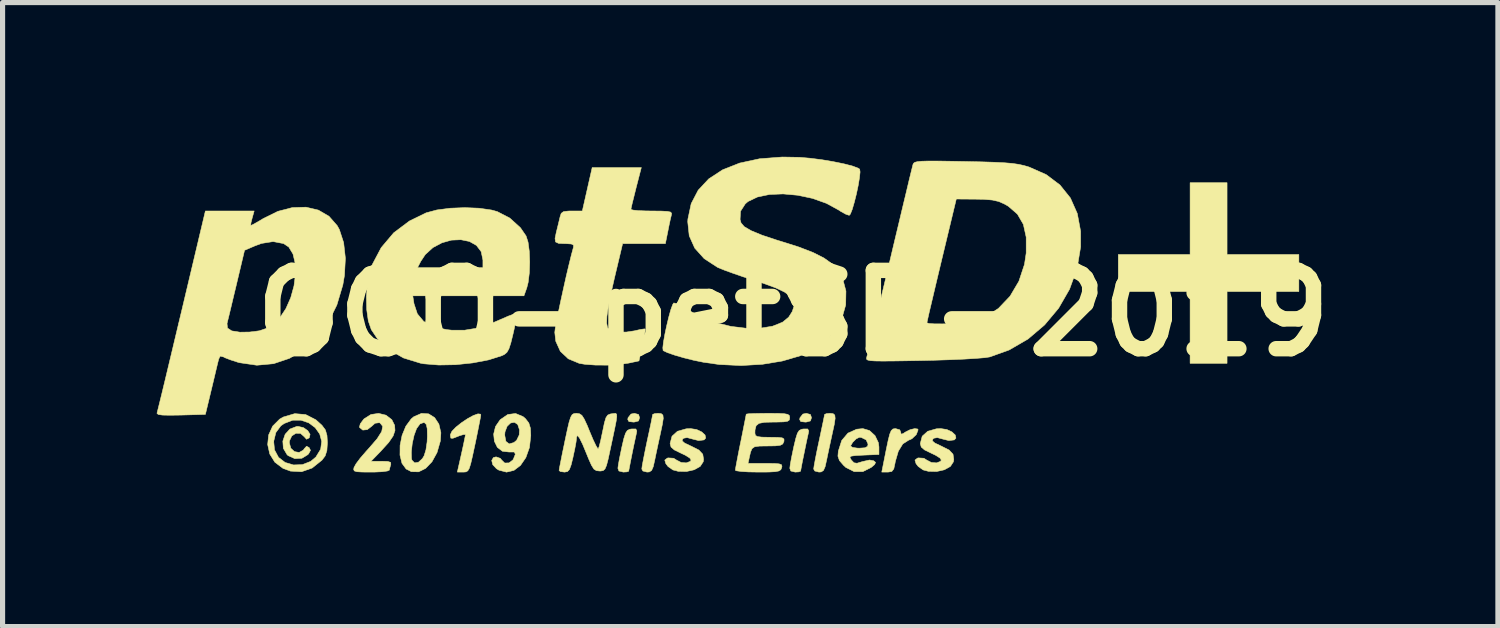
<source format=kicad_pcb>
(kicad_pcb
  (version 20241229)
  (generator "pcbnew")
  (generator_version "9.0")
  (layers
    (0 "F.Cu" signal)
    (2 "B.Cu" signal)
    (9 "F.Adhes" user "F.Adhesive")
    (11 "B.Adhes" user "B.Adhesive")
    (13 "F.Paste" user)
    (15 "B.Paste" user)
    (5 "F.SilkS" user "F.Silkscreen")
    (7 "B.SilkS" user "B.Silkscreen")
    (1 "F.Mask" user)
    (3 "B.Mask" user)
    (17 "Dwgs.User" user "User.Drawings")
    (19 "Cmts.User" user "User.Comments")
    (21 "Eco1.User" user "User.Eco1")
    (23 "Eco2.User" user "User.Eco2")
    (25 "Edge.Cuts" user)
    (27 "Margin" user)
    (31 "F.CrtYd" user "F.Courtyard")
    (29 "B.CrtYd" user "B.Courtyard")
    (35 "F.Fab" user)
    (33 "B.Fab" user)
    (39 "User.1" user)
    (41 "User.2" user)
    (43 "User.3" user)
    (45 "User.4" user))
  (footprint "LOGO-petSD-2019"
    (layer "F.Cu")
    (at 11.765 3.045)
    (property "Reference" "LOGO-petSD-2019" (at 0 0 0) (layer "F.SilkS") (effects (font (size 1.524 1.524) (thickness 0.3))))
    (attr through_hole)
    (fp_poly (pts (xy -2.391 1.969) (xy -2.371 2.032) (xy -2.391 2.095) (xy -2.468 2.116) (xy -2.494 2.117) (xy -2.579 2.107) (xy -2.601 2.067) (xy -2.595 2.032) (xy -2.538 1.961) (xy -2.472 1.947) (xy -2.391 1.969)) (stroke (width 0.01) (type solid)) (fill yes) (layer "F.SilkS"))
    (fp_poly (pts (xy 0.953 1.969) (xy 0.974 2.032) (xy 0.953 2.095) (xy 0.877 2.116) (xy 0.851 2.117) (xy 0.765 2.107) (xy 0.743 2.067) (xy 0.75 2.032) (xy 0.806 1.961) (xy 0.873 1.947) (xy 0.953 1.969)) (stroke (width 0.01) (type solid)) (fill yes) (layer "F.SilkS"))
    (fp_poly (pts (xy 9.059 -1.143) (xy 10.456 -1.143) (xy 10.456 -0.423) (xy 9.059 -0.423) (xy 9.059 0.974) (xy 8.34 0.974) (xy 8.34 -0.423) (xy 6.943 -0.423) (xy 6.943 -1.143) (xy 8.34 -1.143) (xy 8.34 -2.54) (xy 9.059 -2.54) (xy 9.059 -1.143)) (stroke (width 0.01) (type solid)) (fill yes) (layer "F.SilkS"))
    (fp_poly (pts (xy -2.425 2.289) (xy -2.433 2.336) (xy -2.454 2.434) (xy -2.484 2.572) (xy -2.516 2.728) (xy -2.546 2.878) (xy -2.569 2.998) (xy -2.582 3.065) (xy -2.582 3.072) (xy -2.619 3.086) (xy -2.688 3.09) (xy -2.773 3.069) (xy -2.793 3.016) (xy -2.783 2.942) (xy -2.759 2.81) (xy -2.725 2.646) (xy -2.716 2.603) (xy -2.677 2.436) (xy -2.644 2.334) (xy -2.609 2.28) (xy -2.562 2.257) (xy -2.525 2.251) (xy -2.444 2.251) (xy -2.425 2.289)) (stroke (width 0.01) (type solid)) (fill yes) (layer "F.SilkS"))
    (fp_poly (pts (xy 0.92 2.289) (xy 0.912 2.336) (xy 0.89 2.434) (xy 0.861 2.572) (xy 0.829 2.728) (xy 0.798 2.878) (xy 0.775 2.998) (xy 0.763 3.065) (xy 0.762 3.072) (xy 0.726 3.086) (xy 0.656 3.09) (xy 0.571 3.069) (xy 0.552 3.016) (xy 0.561 2.942) (xy 0.585 2.81) (xy 0.619 2.646) (xy 0.628 2.603) (xy 0.668 2.436) (xy 0.7 2.334) (xy 0.735 2.28) (xy 0.782 2.257) (xy 0.819 2.251) (xy 0.9 2.251) (xy 0.92 2.289)) (stroke (width 0.01) (type solid)) (fill yes) (layer "F.SilkS"))
    (fp_poly (pts (xy -1.95 1.953) (xy -1.917 1.981) (xy -1.91 2.045) (xy -1.928 2.162) (xy -1.965 2.336) (xy -2.007 2.529) (xy -2.051 2.735) (xy -2.074 2.847) (xy -2.105 2.985) (xy -2.137 3.058) (xy -2.182 3.087) (xy -2.226 3.09) (xy -2.307 3.069) (xy -2.328 3.03) (xy -2.32 2.967) (xy -2.296 2.84) (xy -2.262 2.668) (xy -2.223 2.481) (xy -2.181 2.288) (xy -2.147 2.127) (xy -2.125 2.015) (xy -2.117 1.969) (xy -2.08 1.953) (xy -2.011 1.947) (xy -1.95 1.953)) (stroke (width 0.01) (type solid)) (fill yes) (layer "F.SilkS"))
    (fp_poly (pts (xy 1.394 1.953) (xy 1.427 1.981) (xy 1.434 2.045) (xy 1.417 2.162) (xy 1.379 2.336) (xy 1.337 2.529) (xy 1.293 2.735) (xy 1.27 2.847) (xy 1.239 2.985) (xy 1.207 3.058) (xy 1.162 3.087) (xy 1.119 3.09) (xy 1.038 3.069) (xy 1.016 3.03) (xy 1.025 2.967) (xy 1.048 2.84) (xy 1.082 2.668) (xy 1.122 2.481) (xy 1.163 2.288) (xy 1.197 2.127) (xy 1.22 2.015) (xy 1.228 1.969) (xy 1.264 1.953) (xy 1.333 1.947) (xy 1.394 1.953)) (stroke (width 0.01) (type solid)) (fill yes) (layer "F.SilkS"))
    (fp_poly (pts (xy 3.04 2.252) (xy 3.048 2.268) (xy 3.013 2.36) (xy 2.928 2.441) (xy 2.859 2.472) (xy 2.75 2.542) (xy 2.663 2.684) (xy 2.604 2.887) (xy 2.599 2.917) (xy 2.575 3.028) (xy 2.536 3.078) (xy 2.465 3.09) (xy 2.456 3.09) (xy 2.341 3.09) (xy 2.425 2.667) (xy 2.465 2.475) (xy 2.496 2.352) (xy 2.525 2.283) (xy 2.559 2.251) (xy 2.604 2.244) (xy 2.609 2.244) (xy 2.691 2.268) (xy 2.709 2.31) (xy 2.717 2.352) (xy 2.755 2.342) (xy 2.803 2.31) (xy 2.893 2.265) (xy 2.982 2.244) (xy 3.04 2.252)) (stroke (width 0.01) (type solid)) (fill yes) (layer "F.SilkS"))
    (fp_poly (pts (xy -8.911 2.225) (xy -8.827 2.284) (xy -8.782 2.356) (xy -8.798 2.422) (xy -8.801 2.425) (xy -8.851 2.451) (xy -8.895 2.402) (xy -8.968 2.337) (xy -9.058 2.335) (xy -9.138 2.387) (xy -9.183 2.482) (xy -9.186 2.519) (xy -9.157 2.626) (xy -9.085 2.692) (xy -8.995 2.708) (xy -8.914 2.663) (xy -8.895 2.635) (xy -8.85 2.587) (xy -8.801 2.613) (xy -8.774 2.666) (xy -8.809 2.732) (xy -8.826 2.751) (xy -8.941 2.821) (xy -9.079 2.828) (xy -9.207 2.771) (xy -9.229 2.752) (xy -9.302 2.628) (xy -9.312 2.488) (xy -9.267 2.355) (xy -9.175 2.253) (xy -9.045 2.203) (xy -9.016 2.201) (xy -8.911 2.225)) (stroke (width 0.01) (type solid)) (fill yes) (layer "F.SilkS"))
    (fp_poly (pts (xy -5.466 1.963) (xy -5.46 1.979) (xy -5.468 2.03) (xy -5.491 2.148) (xy -5.524 2.315) (xy -5.565 2.515) (xy -5.573 2.551) (xy -5.62 2.77) (xy -5.655 2.921) (xy -5.684 3.015) (xy -5.713 3.065) (xy -5.748 3.086) (xy -5.793 3.09) (xy -5.802 3.09) (xy -5.917 3.09) (xy -5.838 2.741) (xy -5.802 2.578) (xy -5.775 2.448) (xy -5.76 2.372) (xy -5.758 2.362) (xy -5.792 2.358) (xy -5.876 2.383) (xy -5.905 2.395) (xy -6.002 2.432) (xy -6.043 2.43) (xy -6.052 2.383) (xy -6.052 2.361) (xy -6.022 2.296) (xy -5.945 2.216) (xy -5.838 2.131) (xy -5.72 2.052) (xy -5.607 1.99) (xy -5.516 1.957) (xy -5.466 1.963)) (stroke (width 0.01) (type solid)) (fill yes) (layer "F.SilkS"))
    (fp_poly (pts (xy -6.476 1.957) (xy -6.359 2.03) (xy -6.276 2.156) (xy -6.237 2.324) (xy -6.247 2.484) (xy -6.312 2.71) (xy -6.411 2.89) (xy -6.534 3.018) (xy -6.67 3.085) (xy -6.811 3.082) (xy -6.913 3.03) (xy -6.994 2.919) (xy -7.033 2.759) (xy -7.032 2.696) (xy -6.812 2.696) (xy -6.809 2.824) (xy -6.8 2.858) (xy -6.748 2.911) (xy -6.674 2.899) (xy -6.596 2.827) (xy -6.563 2.772) (xy -6.528 2.659) (xy -6.505 2.503) (xy -6.5 2.393) (xy -6.503 2.246) (xy -6.52 2.165) (xy -6.555 2.13) (xy -6.57 2.126) (xy -6.643 2.152) (xy -6.71 2.243) (xy -6.758 2.373) (xy -6.794 2.534) (xy -6.812 2.696) (xy -7.032 2.696) (xy -7.031 2.571) (xy -6.992 2.376) (xy -6.919 2.198) (xy -6.815 2.056) (xy -6.764 2.013) (xy -6.615 1.948) (xy -6.476 1.957)) (stroke (width 0.01) (type solid)) (fill yes) (layer "F.SilkS"))
    (fp_poly (pts (xy -8.868 1.971) (xy -8.669 2.073) (xy -8.551 2.18) (xy -8.484 2.27) (xy -8.453 2.378) (xy -8.445 2.519) (xy -8.455 2.671) (xy -8.489 2.776) (xy -8.551 2.858) (xy -8.742 3.011) (xy -8.947 3.083) (xy -9.163 3.071) (xy -9.308 3.018) (xy -9.467 2.898) (xy -9.567 2.737) (xy -9.607 2.554) (xy -9.601 2.492) (xy -9.49 2.492) (xy -9.474 2.658) (xy -9.396 2.804) (xy -9.267 2.903) (xy -9.105 2.951) (xy -8.933 2.945) (xy -8.77 2.882) (xy -8.669 2.797) (xy -8.576 2.645) (xy -8.556 2.492) (xy -8.595 2.348) (xy -8.683 2.225) (xy -8.808 2.132) (xy -8.958 2.081) (xy -9.121 2.081) (xy -9.285 2.144) (xy -9.351 2.19) (xy -9.448 2.321) (xy -9.49 2.492) (xy -9.601 2.492) (xy -9.588 2.367) (xy -9.51 2.196) (xy -9.373 2.059) (xy -9.301 2.018) (xy -9.08 1.953) (xy -8.868 1.971)) (stroke (width 0.01) (type solid)) (fill yes) (layer "F.SilkS"))
    (fp_poly (pts (xy -7.305 1.983) (xy -7.192 2.07) (xy -7.137 2.18) (xy -7.13 2.281) (xy -7.166 2.387) (xy -7.252 2.513) (xy -7.399 2.675) (xy -7.401 2.678) (xy -7.596 2.879) (xy -7.392 2.879) (xy -7.269 2.883) (xy -7.215 2.901) (xy -7.211 2.939) (xy -7.213 2.946) (xy -7.236 3.026) (xy -7.239 3.051) (xy -7.278 3.069) (xy -7.382 3.083) (xy -7.532 3.09) (xy -7.595 3.09) (xy -7.768 3.089) (xy -7.871 3.083) (xy -7.922 3.067) (xy -7.934 3.038) (xy -7.927 3) (xy -7.888 2.929) (xy -7.805 2.818) (xy -7.691 2.686) (xy -7.635 2.624) (xy -7.476 2.44) (xy -7.388 2.3) (xy -7.369 2.199) (xy -7.419 2.137) (xy -7.436 2.129) (xy -7.519 2.14) (xy -7.583 2.198) (xy -7.669 2.264) (xy -7.756 2.273) (xy -7.816 2.225) (xy -7.821 2.213) (xy -7.805 2.151) (xy -7.744 2.068) (xy -7.731 2.054) (xy -7.598 1.97) (xy -7.448 1.948) (xy -7.305 1.983)) (stroke (width 0.01) (type solid)) (fill yes) (layer "F.SilkS"))
    (fp_poly (pts (xy -1.261 2.262) (xy -1.162 2.309) (xy -1.097 2.369) (xy -1.085 2.429) (xy -1.117 2.464) (xy -1.222 2.477) (xy -1.334 2.449) (xy -1.446 2.419) (xy -1.513 2.431) (xy -1.532 2.446) (xy -1.543 2.483) (xy -1.495 2.525) (xy -1.377 2.581) (xy -1.366 2.586) (xy -1.218 2.661) (xy -1.142 2.742) (xy -1.126 2.843) (xy -1.133 2.89) (xy -1.192 2.98) (xy -1.309 3.045) (xy -1.46 3.079) (xy -1.62 3.075) (xy -1.722 3.048) (xy -1.817 2.982) (xy -1.86 2.926) (xy -1.881 2.857) (xy -1.834 2.82) (xy -1.817 2.814) (xy -1.708 2.821) (xy -1.651 2.857) (xy -1.562 2.903) (xy -1.462 2.911) (xy -1.385 2.882) (xy -1.368 2.856) (xy -1.395 2.816) (xy -1.481 2.762) (xy -1.566 2.722) (xy -1.695 2.659) (xy -1.759 2.603) (xy -1.777 2.536) (xy -1.777 2.533) (xy -1.74 2.392) (xy -1.634 2.296) (xy -1.465 2.248) (xy -1.379 2.244) (xy -1.261 2.262)) (stroke (width 0.01) (type solid)) (fill yes) (layer "F.SilkS"))
    (fp_poly (pts (xy 3.607 2.262) (xy 3.707 2.309) (xy 3.771 2.369) (xy 3.784 2.429) (xy 3.752 2.464) (xy 3.647 2.477) (xy 3.534 2.449) (xy 3.422 2.419) (xy 3.355 2.431) (xy 3.337 2.446) (xy 3.325 2.483) (xy 3.374 2.525) (xy 3.492 2.581) (xy 3.502 2.586) (xy 3.651 2.661) (xy 3.727 2.742) (xy 3.742 2.843) (xy 3.735 2.89) (xy 3.676 2.98) (xy 3.559 3.045) (xy 3.408 3.079) (xy 3.248 3.075) (xy 3.146 3.048) (xy 3.052 2.982) (xy 3.008 2.926) (xy 2.987 2.857) (xy 3.034 2.82) (xy 3.051 2.814) (xy 3.161 2.821) (xy 3.217 2.857) (xy 3.306 2.903) (xy 3.407 2.911) (xy 3.483 2.882) (xy 3.5 2.856) (xy 3.473 2.816) (xy 3.387 2.762) (xy 3.303 2.722) (xy 3.174 2.659) (xy 3.109 2.603) (xy 3.091 2.536) (xy 3.091 2.533) (xy 3.128 2.392) (xy 3.235 2.296) (xy 3.403 2.248) (xy 3.49 2.244) (xy 3.607 2.262)) (stroke (width 0.01) (type solid)) (fill yes) (layer "F.SilkS"))
    (fp_poly (pts (xy 2.102 2.282) (xy 2.21 2.381) (xy 2.275 2.518) (xy 2.286 2.6) (xy 2.286 2.748) (xy 1.988 2.76) (xy 1.834 2.768) (xy 1.75 2.779) (xy 1.721 2.799) (xy 1.735 2.834) (xy 1.751 2.857) (xy 1.8 2.909) (xy 1.859 2.918) (xy 1.961 2.887) (xy 1.964 2.886) (xy 2.103 2.855) (xy 2.184 2.87) (xy 2.221 2.902) (xy 2.201 2.944) (xy 2.136 2.999) (xy 1.973 3.081) (xy 1.804 3.081) (xy 1.644 3.001) (xy 1.6 2.961) (xy 1.517 2.865) (xy 1.488 2.78) (xy 1.496 2.682) (xy 1.527 2.585) (xy 1.736 2.585) (xy 1.773 2.61) (xy 1.867 2.624) (xy 1.905 2.625) (xy 2.017 2.617) (xy 2.066 2.588) (xy 2.074 2.545) (xy 2.037 2.463) (xy 1.944 2.417) (xy 1.905 2.413) (xy 1.844 2.443) (xy 1.776 2.51) (xy 1.737 2.576) (xy 1.736 2.585) (xy 1.527 2.585) (xy 1.562 2.475) (xy 1.683 2.332) (xy 1.853 2.256) (xy 1.973 2.244) (xy 2.102 2.282)) (stroke (width 0.01) (type solid)) (fill yes) (layer "F.SilkS"))
    (fp_poly (pts (xy -4.639 2.01) (xy -4.591 2.051) (xy -4.526 2.135) (xy -4.495 2.236) (xy -4.488 2.379) (xy -4.514 2.612) (xy -4.584 2.808) (xy -4.688 2.96) (xy -4.816 3.057) (xy -4.96 3.091) (xy -5.109 3.052) (xy -5.155 3.024) (xy -5.228 2.946) (xy -5.248 2.865) (xy -5.216 2.808) (xy -5.163 2.794) (xy -5.082 2.822) (xy -5.053 2.857) (xy -4.996 2.913) (xy -4.913 2.912) (xy -4.839 2.857) (xy -4.827 2.839) (xy -4.788 2.742) (xy -4.81 2.699) (xy -4.899 2.699) (xy -4.906 2.7) (xy -5.039 2.685) (xy -5.138 2.609) (xy -5.196 2.491) (xy -5.208 2.372) (xy -4.995 2.372) (xy -4.972 2.493) (xy -4.908 2.542) (xy -4.816 2.515) (xy -4.763 2.471) (xy -4.713 2.368) (xy -4.707 2.27) (xy -4.742 2.164) (xy -4.806 2.121) (xy -4.881 2.135) (xy -4.948 2.199) (xy -4.99 2.308) (xy -4.995 2.372) (xy -5.208 2.372) (xy -5.21 2.35) (xy -5.174 2.203) (xy -5.083 2.071) (xy -4.936 1.97) (xy -4.784 1.95) (xy -4.639 2.01)) (stroke (width 0.01) (type solid)) (fill yes) (layer "F.SilkS"))
    (fp_poly (pts (xy -3.541 1.955) (xy -3.494 1.986) (xy -3.448 2.058) (xy -3.39 2.183) (xy -3.341 2.304) (xy -3.276 2.458) (xy -3.221 2.573) (xy -3.184 2.635) (xy -3.175 2.64) (xy -3.157 2.591) (xy -3.129 2.481) (xy -3.097 2.33) (xy -3.089 2.294) (xy -3.055 2.13) (xy -3.025 2.031) (xy -2.991 1.981) (xy -2.942 1.96) (xy -2.91 1.955) (xy -2.866 1.949) (xy -2.835 1.948) (xy -2.818 1.965) (xy -2.815 2.01) (xy -2.826 2.095) (xy -2.853 2.232) (xy -2.895 2.431) (xy -2.941 2.646) (xy -2.982 2.836) (xy -3.014 2.959) (xy -3.044 3.029) (xy -3.078 3.06) (xy -3.125 3.069) (xy -3.15 3.069) (xy -3.212 3.062) (xy -3.26 3.031) (xy -3.306 2.959) (xy -3.363 2.831) (xy -3.395 2.752) (xy -3.479 2.549) (xy -3.541 2.425) (xy -3.581 2.378) (xy -3.598 2.412) (xy -3.598 2.428) (xy -3.607 2.505) (xy -3.631 2.636) (xy -3.665 2.793) (xy -3.665 2.796) (xy -3.703 2.95) (xy -3.736 3.039) (xy -3.774 3.08) (xy -3.827 3.09) (xy -3.835 3.09) (xy -3.913 3.079) (xy -3.937 3.059) (xy -3.929 3.007) (xy -3.906 2.89) (xy -3.873 2.723) (xy -3.831 2.523) (xy -3.824 2.487) (xy -3.777 2.267) (xy -3.742 2.117) (xy -3.712 2.023) (xy -3.683 1.972) (xy -3.649 1.952) (xy -3.604 1.947) (xy -3.598 1.947) (xy -3.541 1.955)) (stroke (width 0.01) (type solid)) (fill yes) (layer "F.SilkS"))
    (fp_poly (pts (xy 0.32 1.948) (xy 0.443 1.954) (xy 0.512 1.967) (xy 0.543 1.99) (xy 0.55 2.027) (xy 0.55 2.032) (xy 0.543 2.076) (xy 0.508 2.101) (xy 0.429 2.113) (xy 0.287 2.117) (xy 0.237 2.117) (xy 0.061 2.121) (xy -0.048 2.142) (xy -0.104 2.188) (xy -0.125 2.269) (xy -0.127 2.332) (xy -0.118 2.375) (xy -0.079 2.399) (xy 0.008 2.41) (xy 0.162 2.413) (xy 0.165 2.413) (xy 0.318 2.415) (xy 0.404 2.424) (xy 0.438 2.446) (xy 0.439 2.486) (xy 0.436 2.498) (xy 0.414 2.543) (xy 0.365 2.569) (xy 0.269 2.58) (xy 0.125 2.582) (xy -0.036 2.584) (xy -0.132 2.597) (xy -0.184 2.634) (xy -0.213 2.704) (xy -0.231 2.783) (xy -0.261 2.921) (xy 0.077 2.921) (xy 0.245 2.922) (xy 0.344 2.93) (xy 0.39 2.947) (xy 0.399 2.978) (xy 0.393 3.006) (xy 0.377 3.044) (xy 0.34 3.068) (xy 0.268 3.082) (xy 0.145 3.089) (xy -0.046 3.09) (xy -0.068 3.09) (xy -0.25 3.087) (xy -0.395 3.078) (xy -0.486 3.065) (xy -0.508 3.054) (xy -0.5 3) (xy -0.478 2.881) (xy -0.446 2.714) (xy -0.406 2.515) (xy -0.402 2.498) (xy -0.362 2.299) (xy -0.329 2.133) (xy -0.306 2.016) (xy -0.296 1.964) (xy -0.296 1.963) (xy -0.257 1.956) (xy -0.151 1.951) (xy 0.004 1.948) (xy 0.127 1.947) (xy 0.32 1.948)) (stroke (width 0.01) (type solid)) (fill yes) (layer "F.SilkS"))
    (fp_poly (pts (xy -5.494 -2.044) (xy -5.252 -2.009) (xy -5.14 -1.978) (xy -4.896 -1.852) (xy -4.69 -1.665) (xy -4.58 -1.505) (xy -4.541 -1.384) (xy -4.517 -1.205) (xy -4.509 -0.997) (xy -4.516 -0.787) (xy -4.539 -0.6) (xy -4.565 -0.497) (xy -4.621 -0.339) (xy -6.784 -0.339) (xy -6.76 -0.186) (xy -6.695 0.011) (xy -6.572 0.158) (xy -6.385 0.26) (xy -6.128 0.318) (xy -6.027 0.329) (xy -5.78 0.33) (xy -5.534 0.29) (xy -5.265 0.202) (xy -5.069 0.118) (xy -4.929 0.057) (xy -4.821 0.017) (xy -4.766 0.005) (xy -4.763 0.006) (xy -4.764 0.053) (xy -4.782 0.163) (xy -4.813 0.315) (xy -4.832 0.398) (xy -4.876 0.577) (xy -4.913 0.691) (xy -4.952 0.76) (xy -5.002 0.802) (xy -5.053 0.826) (xy -5.309 0.907) (xy -5.618 0.966) (xy -5.951 1.001) (xy -6.278 1.007) (xy -6.57 0.983) (xy -6.635 0.971) (xy -6.964 0.87) (xy -7.247 0.709) (xy -7.472 0.496) (xy -7.591 0.318) (xy -7.649 0.15) (xy -7.68 -0.071) (xy -7.686 -0.323) (xy -7.666 -0.577) (xy -7.622 -0.81) (xy -7.595 -0.889) (xy -6.691 -0.889) (xy -5.419 -0.889) (xy -5.419 -1.035) (xy -5.453 -1.199) (xy -5.545 -1.32) (xy -5.681 -1.397) (xy -5.848 -1.431) (xy -6.032 -1.423) (xy -6.217 -1.371) (xy -6.392 -1.278) (xy -6.541 -1.142) (xy -6.628 -1.011) (xy -6.691 -0.889) (xy -7.595 -0.889) (xy -7.581 -0.931) (xy -7.398 -1.277) (xy -7.155 -1.565) (xy -6.849 -1.795) (xy -6.524 -1.954) (xy -6.316 -2.01) (xy -6.056 -2.044) (xy -5.772 -2.055) (xy -5.494 -2.044)) (stroke (width 0.01) (type solid)) (fill yes) (layer "F.SilkS"))
    (fp_poly (pts (xy -2.438 -2.445) (xy -2.481 -2.272) (xy -2.516 -2.132) (xy -2.536 -2.042) (xy -2.539 -2.021) (xy -2.5 -2.008) (xy -2.395 -1.997) (xy -2.242 -1.991) (xy -2.135 -1.99) (xy -1.947 -1.988) (xy -1.83 -1.982) (xy -1.768 -1.969) (xy -1.748 -1.945) (xy -1.751 -1.916) (xy -1.771 -1.835) (xy -1.799 -1.704) (xy -1.82 -1.598) (xy -1.869 -1.355) (xy -2.701 -1.355) (xy -2.858 -0.695) (xy -2.931 -0.374) (xy -2.98 -0.125) (xy -3.007 0.06) (xy -3.012 0.19) (xy -2.996 0.274) (xy -2.987 0.292) (xy -2.916 0.338) (xy -2.788 0.364) (xy -2.631 0.366) (xy -2.471 0.342) (xy -2.471 0.342) (xy -2.354 0.315) (xy -2.277 0.304) (xy -2.262 0.306) (xy -2.264 0.35) (xy -2.282 0.456) (xy -2.311 0.601) (xy -2.316 0.623) (xy -2.383 0.927) (xy -2.59 0.971) (xy -2.772 0.997) (xy -2.996 1.009) (xy -3.227 1.008) (xy -3.433 0.993) (xy -3.544 0.975) (xy -3.758 0.886) (xy -3.913 0.74) (xy -4.002 0.543) (xy -4.021 0.372) (xy -4.012 0.296) (xy -3.986 0.155) (xy -3.948 -0.035) (xy -3.901 -0.257) (xy -3.849 -0.494) (xy -3.796 -0.731) (xy -3.744 -0.949) (xy -3.699 -1.132) (xy -3.663 -1.265) (xy -3.658 -1.281) (xy -3.656 -1.326) (xy -3.699 -1.348) (xy -3.806 -1.355) (xy -3.828 -1.355) (xy -3.947 -1.36) (xy -4.006 -1.388) (xy -4.016 -1.457) (xy -3.989 -1.587) (xy -3.983 -1.609) (xy -3.949 -1.747) (xy -3.919 -1.872) (xy -3.919 -1.873) (xy -3.896 -1.944) (xy -3.85 -1.978) (xy -3.757 -1.989) (xy -3.689 -1.99) (xy -3.485 -1.99) (xy -3.389 -2.413) (xy -3.293 -2.836) (xy -2.337 -2.836) (xy -2.438 -2.445)) (stroke (width 0.01) (type solid)) (fill yes) (layer "F.SilkS"))
    (fp_poly (pts (xy -8.62 -2.007) (xy -8.414 -1.887) (xy -8.255 -1.706) (xy -8.212 -1.628) (xy -8.129 -1.374) (xy -8.095 -1.07) (xy -8.113 -0.737) (xy -8.145 -0.55) (xy -8.261 -0.161) (xy -8.43 0.181) (xy -8.645 0.472) (xy -8.898 0.706) (xy -9.183 0.877) (xy -9.492 0.981) (xy -9.818 1.011) (xy -10.153 0.962) (xy -10.184 0.954) (xy -10.326 0.908) (xy -10.438 0.865) (xy -10.486 0.839) (xy -10.532 0.83) (xy -10.561 0.896) (xy -10.581 0.975) (xy -10.615 1.117) (xy -10.658 1.299) (xy -10.702 1.482) (xy -10.819 1.968) (xy -11.299 1.981) (xy -11.513 1.984) (xy -11.654 1.981) (xy -11.732 1.97) (xy -11.76 1.95) (xy -11.759 1.938) (xy -11.746 1.887) (xy -11.715 1.762) (xy -11.668 1.571) (xy -11.608 1.323) (xy -11.537 1.026) (xy -11.456 0.688) (xy -11.368 0.318) (xy -11.34 0.201) (xy -10.398 0.201) (xy -10.389 0.288) (xy -10.306 0.343) (xy -10.147 0.368) (xy -9.957 0.365) (xy -9.768 0.341) (xy -9.622 0.291) (xy -9.523 0.232) (xy -9.374 0.092) (xy -9.252 -0.091) (xy -9.158 -0.304) (xy -9.095 -0.532) (xy -9.066 -0.759) (xy -9.071 -0.97) (xy -9.114 -1.152) (xy -9.196 -1.288) (xy -9.297 -1.356) (xy -9.501 -1.395) (xy -9.727 -1.359) (xy -9.857 -1.311) (xy -10.057 -1.225) (xy -10.215 -0.56) (xy -10.271 -0.327) (xy -10.321 -0.117) (xy -10.362 0.053) (xy -10.39 0.166) (xy -10.398 0.201) (xy -11.34 0.201) (xy -11.279 -0.053) (xy -10.819 -1.99) (xy -9.87 -1.99) (xy -9.908 -1.855) (xy -9.932 -1.76) (xy -9.937 -1.711) (xy -9.936 -1.709) (xy -9.898 -1.724) (xy -9.808 -1.774) (xy -9.694 -1.842) (xy -9.409 -1.983) (xy -9.128 -2.056) (xy -8.862 -2.064) (xy -8.62 -2.007)) (stroke (width 0.01) (type solid)) (fill yes) (layer "F.SilkS"))
    (fp_poly (pts (xy 3.429 -2.962) (xy 3.678 -2.958) (xy 3.952 -2.953) (xy 4.278 -2.946) (xy 4.533 -2.938) (xy 4.73 -2.928) (xy 4.883 -2.915) (xy 5.005 -2.897) (xy 5.109 -2.874) (xy 5.207 -2.845) (xy 5.54 -2.698) (xy 5.808 -2.496) (xy 6.011 -2.243) (xy 6.145 -1.941) (xy 6.21 -1.595) (xy 6.21 -1.292) (xy 6.14 -0.868) (xy 5.994 -0.467) (xy 5.782 -0.099) (xy 5.51 0.226) (xy 5.188 0.5) (xy 4.822 0.713) (xy 4.444 0.849) (xy 4.347 0.864) (xy 4.177 0.878) (xy 3.948 0.892) (xy 3.672 0.904) (xy 3.361 0.914) (xy 3.139 0.919) (xy 2.803 0.925) (xy 2.543 0.929) (xy 2.349 0.93) (xy 2.211 0.928) (xy 2.121 0.922) (xy 2.069 0.911) (xy 2.047 0.896) (xy 2.044 0.876) (xy 2.047 0.862) (xy 2.061 0.805) (xy 2.093 0.675) (xy 2.141 0.48) (xy 2.201 0.229) (xy 2.211 0.185) (xy 3.219 0.185) (xy 3.258 0.199) (xy 3.364 0.206) (xy 3.52 0.207) (xy 3.672 0.203) (xy 3.906 0.188) (xy 4.078 0.167) (xy 4.213 0.133) (xy 4.335 0.084) (xy 4.609 -0.093) (xy 4.837 -0.332) (xy 5.009 -0.623) (xy 5.118 -0.952) (xy 5.151 -1.171) (xy 5.151 -1.48) (xy 5.096 -1.73) (xy 4.98 -1.929) (xy 4.802 -2.083) (xy 4.727 -2.126) (xy 4.616 -2.175) (xy 4.492 -2.203) (xy 4.329 -2.217) (xy 4.171 -2.22) (xy 3.791 -2.223) (xy 3.506 -1.037) (xy 3.433 -0.732) (xy 3.367 -0.454) (xy 3.31 -0.212) (xy 3.264 -0.019) (xy 3.234 0.116) (xy 3.22 0.181) (xy 3.219 0.185) (xy 2.211 0.185) (xy 2.272 -0.069) (xy 2.352 -0.405) (xy 2.439 -0.77) (xy 2.498 -1.016) (xy 2.588 -1.396) (xy 2.673 -1.751) (xy 2.75 -2.075) (xy 2.818 -2.357) (xy 2.873 -2.589) (xy 2.915 -2.761) (xy 2.941 -2.866) (xy 2.948 -2.894) (xy 2.96 -2.919) (xy 2.985 -2.937) (xy 3.035 -2.95) (xy 3.118 -2.958) (xy 3.246 -2.962) (xy 3.429 -2.962)) (stroke (width 0.01) (type solid)) (fill yes) (layer "F.SilkS"))
    (fp_poly (pts (xy 0.741 -3.034) (xy 0.951 -3.016) (xy 1.178 -2.987) (xy 1.402 -2.949) (xy 1.607 -2.907) (xy 1.773 -2.864) (xy 1.882 -2.823) (xy 1.911 -2.804) (xy 1.919 -2.749) (xy 1.907 -2.636) (xy 1.882 -2.485) (xy 1.847 -2.319) (xy 1.806 -2.157) (xy 1.766 -2.02) (xy 1.73 -1.93) (xy 1.708 -1.905) (xy 1.642 -1.927) (xy 1.541 -1.983) (xy 1.502 -2.009) (xy 1.264 -2.139) (xy 0.994 -2.235) (xy 0.708 -2.296) (xy 0.423 -2.322) (xy 0.155 -2.311) (xy -0.079 -2.262) (xy -0.262 -2.174) (xy -0.315 -2.128) (xy -0.407 -1.985) (xy -0.416 -1.825) (xy -0.397 -1.758) (xy -0.335 -1.685) (xy -0.199 -1.606) (xy 0.012 -1.519) (xy 0.304 -1.422) (xy 0.377 -1.4) (xy 0.728 -1.289) (xy 1.005 -1.182) (xy 1.218 -1.074) (xy 1.377 -0.96) (xy 1.494 -0.832) (xy 1.577 -0.685) (xy 1.644 -0.432) (xy 1.639 -0.162) (xy 1.563 0.107) (xy 1.422 0.358) (xy 1.284 0.516) (xy 1.052 0.688) (xy 0.755 0.827) (xy 0.406 0.929) (xy 0.018 0.993) (xy -0.395 1.017) (xy -0.82 0.997) (xy -1.129 0.953) (xy -1.315 0.915) (xy -1.508 0.867) (xy -1.684 0.816) (xy -1.824 0.768) (xy -1.906 0.73) (xy -1.913 0.725) (xy -1.919 0.673) (xy -1.906 0.56) (xy -1.879 0.408) (xy -1.843 0.239) (xy -1.803 0.072) (xy -1.763 -0.071) (xy -1.727 -0.169) (xy -1.706 -0.201) (xy -1.648 -0.187) (xy -1.544 -0.136) (xy -1.432 -0.067) (xy -1.175 0.074) (xy -0.891 0.182) (xy -0.596 0.255) (xy -0.303 0.291) (xy -0.027 0.291) (xy 0.216 0.252) (xy 0.412 0.173) (xy 0.529 0.077) (xy 0.599 -0.033) (xy 0.634 -0.139) (xy 0.635 -0.153) (xy 0.617 -0.249) (xy 0.557 -0.333) (xy 0.447 -0.414) (xy 0.276 -0.495) (xy 0.036 -0.583) (xy -0.133 -0.638) (xy -0.354 -0.709) (xy -0.559 -0.78) (xy -0.729 -0.842) (xy -0.842 -0.888) (xy -0.856 -0.895) (xy -1.114 -1.063) (xy -1.298 -1.268) (xy -1.405 -1.507) (xy -1.434 -1.779) (xy -1.431 -1.832) (xy -1.367 -2.133) (xy -1.231 -2.394) (xy -1.026 -2.614) (xy -0.756 -2.791) (xy -0.425 -2.922) (xy -0.036 -3.006) (xy 0.407 -3.04) (xy 0.741 -3.034)) (stroke (width 0.01) (type solid)) (fill yes) (layer "F.SilkS")))
  (gr_rect
    (start -3 -3)
    (end 26.094 9.141)
    (stroke (width 0.1) (type default))
    (fill no)
    (layer "Edge.Cuts")))
</source>
